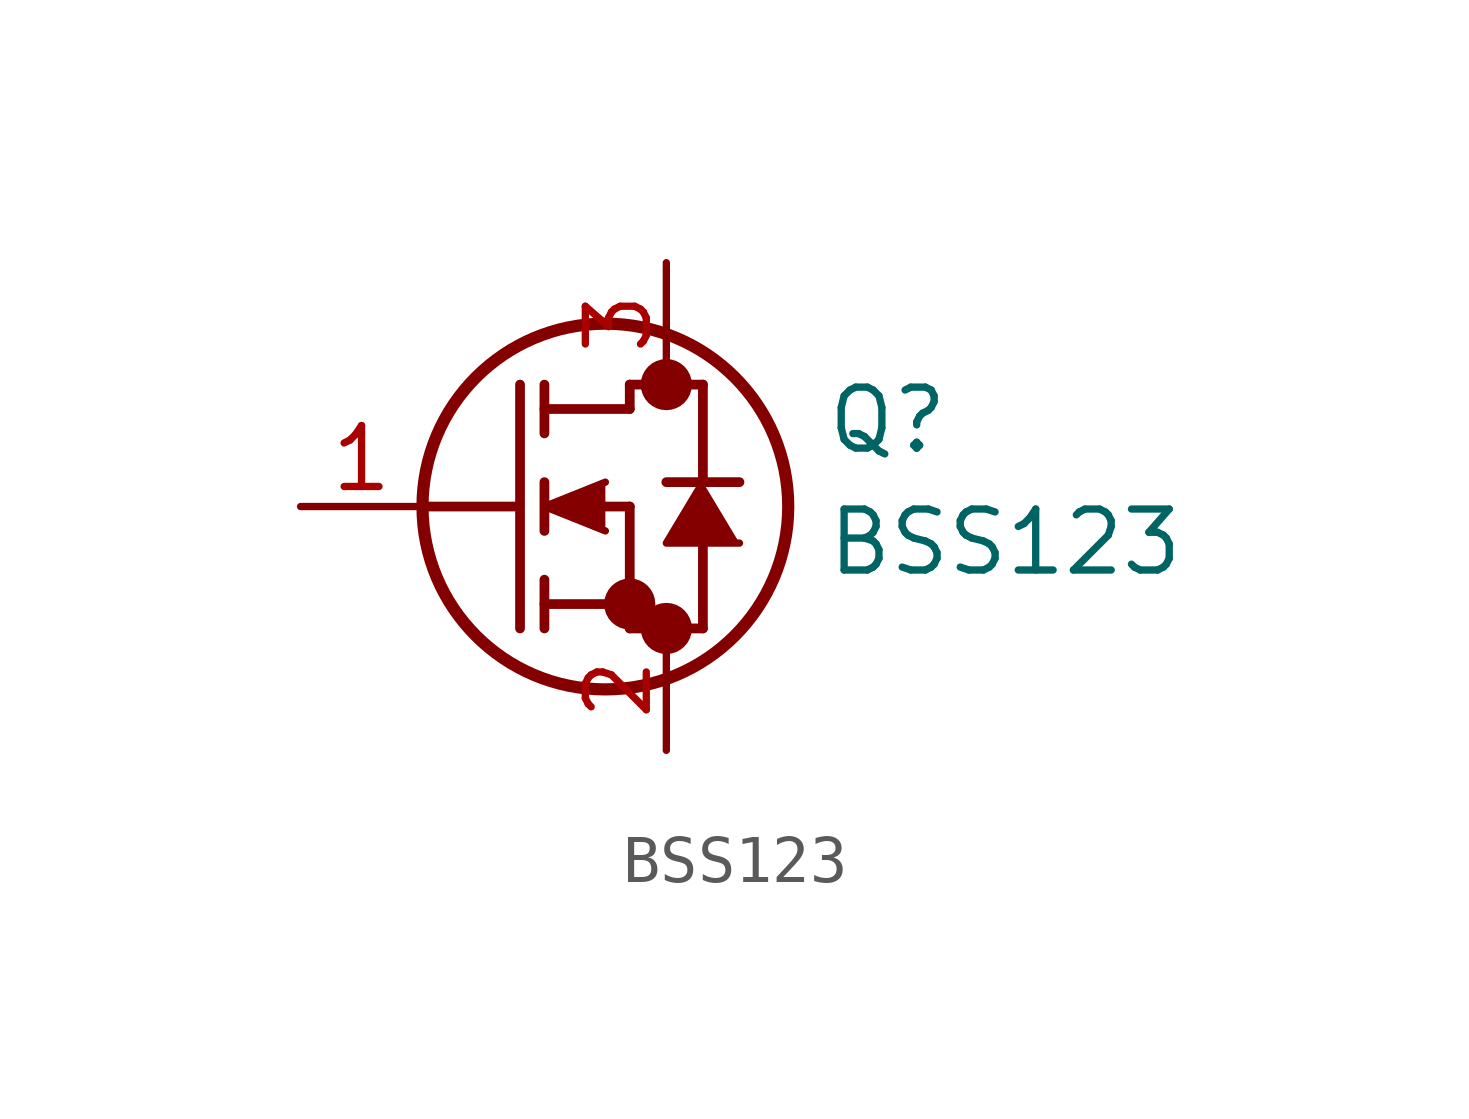
<source format=kicad_sym>
(kicad_symbol_lib
  (version 20241209)
  (generator "kicad_symbol_editor")
  (generator_version "9.0")
  (symbol "BSS123"
    (pin_names
      (hide yes))
    (property "Reference" "Q"
      (at 4.572 2.54 0)
      (effects (font (size 1.27 1.27)) (justify left top)))
    (property "Value" "BSS123"
      (at 4.572 0 0)
      (effects (font (size 1.27 1.27)) (justify left top)))
    (symbol "BSS123_0_1"
      (polyline (pts (xy -3.81 0) (xy -1.905 0)) (stroke (width 0.203) (type default)) (fill (type none)))
      (polyline (pts (xy -1.778 -2.54) (xy -1.778 2.54)) (stroke (width 0.203) (type default)) (fill (type none)))
      (polyline (pts (xy -1.27 2.032) (xy 0.508 2.032)) (stroke (width 0.203) (type default)) (fill (type none)))
      (polyline (pts (xy -1.27 1.524) (xy -1.27 2.54)) (stroke (width 0.203) (type default)) (fill (type none)))
      (polyline (pts (xy -1.27 -0.508) (xy -1.27 0.508)) (stroke (width 0.203) (type default)) (fill (type none)))
      (polyline (pts (xy -1.27 -2.032) (xy 0.508 -2.032)) (stroke (width 0.203) (type default)) (fill (type none)))
      (polyline (pts (xy -1.27 -2.54) (xy -1.27 -1.524)) (stroke (width 0.203) (type default)) (fill (type none)))
      (polyline (pts (xy 0 0.508) (xy -1.27 0) (xy 0 -0.508)) (stroke (width 0) (type default)) (fill (type outline)))
      (polyline (pts (xy 0 0) (xy 0.508 0)) (stroke (width 0.203) (type default)) (fill (type none)))
      (circle (center 0 0) (radius 3.81) (stroke (width 0.254) (type default)) (fill (type none)))
      (polyline (pts (xy 0.508 2.54) (xy 2.032 2.54)) (stroke (width 0.203) (type default)) (fill (type none)))
      (polyline (pts (xy 0.508 2.032) (xy 0.508 2.54)) (stroke (width 0.203) (type default)) (fill (type none)))
      (circle (center 0.508 -2.032) (radius 0.025) (stroke (width 0.508) (type default)) (fill (type none)))
      (polyline (pts (xy 0.508 -2.54) (xy 0.508 0)) (stroke (width 0.203) (type default)) (fill (type none)))
      (polyline (pts (xy 0.508 -2.54) (xy 2.032 -2.54)) (stroke (width 0.203) (type default)) (fill (type none)))
      (circle (center 1.27 2.54) (radius 0.025) (stroke (width 0.508) (type default)) (fill (type none)))
      (circle (center 1.27 -2.54) (radius 0.025) (stroke (width 0.508) (type default)) (fill (type none)))
      (polyline (pts (xy 2.032 0.508) (xy 2.032 2.54)) (stroke (width 0.203) (type default)) (fill (type none)))
      (polyline (pts (xy 2.032 -2.54) (xy 2.032 -0.762)) (stroke (width 0.203) (type default)) (fill (type none)))
      (polyline (pts (xy 2.794 0.508) (xy 1.27 0.508)) (stroke (width 0.203) (type default)) (fill (type none)))
      (polyline (pts (xy 2.794 -0.762) (xy 1.27 -0.762) (xy 2.032 0.508)) (stroke (width 0) (type default)) (fill (type outline)))
      (pin passive line (at -6.35 0 0) (length 2.54) (name "G" (effects (font (size 1.27 1.27)))) (number "1" (effects (font (size 1.27 1.27)))))
      (pin passive line (at 1.27 5.08 270) (length 2.54) (name "D" (effects (font (size 1.27 1.27)))) (number "3" (effects (font (size 1.27 1.27)))))
      (pin passive line (at 1.27 -5.08 90) (length 2.54) (name "S" (effects (font (size 1.27 1.27)))) (number "2" (effects (font (size 1.27 1.27))))))))
</source>
